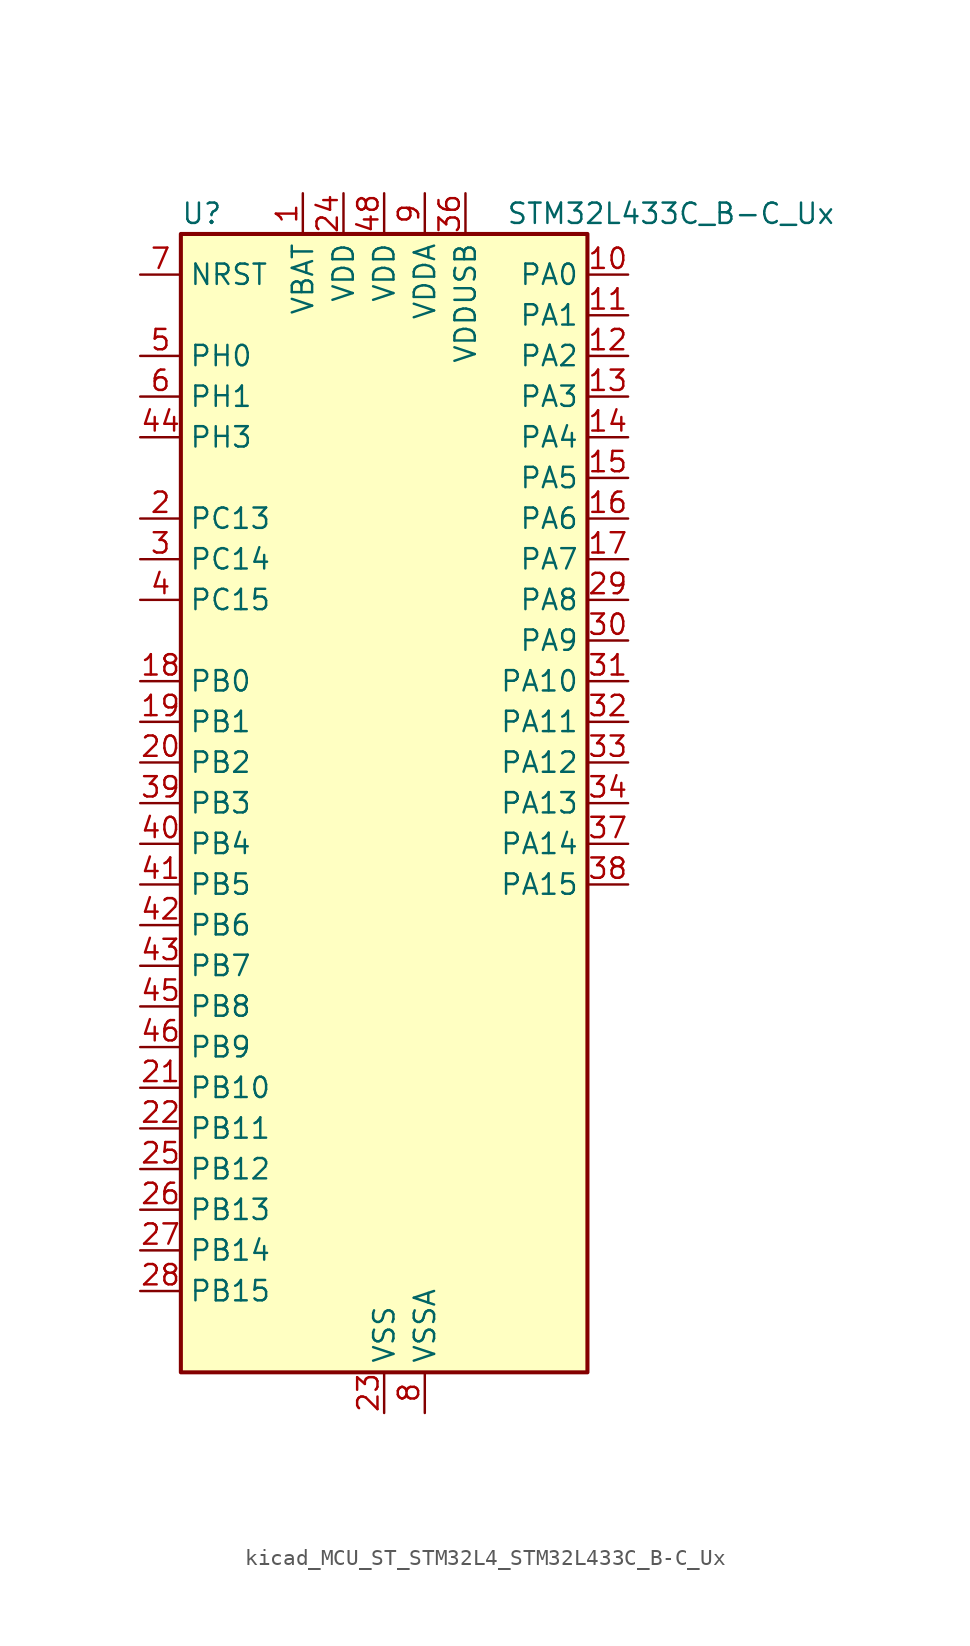
<source format=kicad_sym>
(kicad_symbol_lib
  (version 20220914)
  (generator kicad_symbol_editor)
  (symbol "kicad_MCU_ST_STM32L4_STM32L433C_B-C_Ux"
    (property "Reference" "U"
      (at -12.7 36.83 0)
      (effects (font (size 1.27 1.27)) (justify left)))
    (property "Value" "STM32L433C_B-C_Ux"
      (at 7.62 36.83 0)
      (effects (font (size 1.27 1.27)) (justify left)))
    (property "ki_locked" ""
      (at 0 0 0)
      (effects (font (size 1.27 1.27))))
    (symbol "kicad_MCU_ST_STM32L4_STM32L433C_B-C_Ux_0_1"
      (rectangle (start -12.7 -35.56) (end 12.7 35.56) (stroke (width 0.254) (type default)) (fill (type background))))
    (symbol "kicad_MCU_ST_STM32L4_STM32L433C_B-C_Ux_1_1"
      (pin power_in line (at -5.08 38.1 270) (length 2.54) (name "VBAT" (effects (font (size 1.27 1.27)))) (number "1" (effects (font (size 1.27 1.27)))))
      (pin bidirectional line (at 15.24 33.02 180) (length 2.54) (name "PA0" (effects (font (size 1.27 1.27)))) (number "10" (effects (font (size 1.27 1.27)))) (alternate "ADC1_IN5" bidirectional line) (alternate "COMP1_INM" bidirectional line) (alternate "COMP1_OUT" bidirectional line) (alternate "OPAMP1_VINP" bidirectional line) (alternate "RTC_TAMP2" bidirectional line) (alternate "SAI1_EXTCLK" bidirectional line) (alternate "SYS_WKUP1" bidirectional line) (alternate "TIM2_CH1" bidirectional line) (alternate "TIM2_ETR" bidirectional line) (alternate "USART2_CTS" bidirectional line))
      (pin bidirectional line (at 15.24 30.48 180) (length 2.54) (name "PA1" (effects (font (size 1.27 1.27)))) (number "11" (effects (font (size 1.27 1.27)))) (alternate "ADC1_IN6" bidirectional line) (alternate "COMP1_INP" bidirectional line) (alternate "I2C1_SMBA" bidirectional line) (alternate "LCD_SEG0" bidirectional line) (alternate "OPAMP1_VINM" bidirectional line) (alternate "SPI1_SCK" bidirectional line) (alternate "TIM15_CH1N" bidirectional line) (alternate "TIM2_CH2" bidirectional line) (alternate "USART2_DE" bidirectional line) (alternate "USART2_RTS" bidirectional line))
      (pin bidirectional line (at 15.24 27.94 180) (length 2.54) (name "PA2" (effects (font (size 1.27 1.27)))) (number "12" (effects (font (size 1.27 1.27)))) (alternate "ADC1_IN7" bidirectional line) (alternate "COMP2_INM" bidirectional line) (alternate "COMP2_OUT" bidirectional line) (alternate "LCD_SEG1" bidirectional line) (alternate "LPUART1_TX" bidirectional line) (alternate "QUADSPI_BK1_NCS" bidirectional line) (alternate "RCC_LSCO" bidirectional line) (alternate "SYS_WKUP4" bidirectional line) (alternate "TIM15_CH1" bidirectional line) (alternate "TIM2_CH3" bidirectional line) (alternate "USART2_TX" bidirectional line))
      (pin bidirectional line (at 15.24 25.4 180) (length 2.54) (name "PA3" (effects (font (size 1.27 1.27)))) (number "13" (effects (font (size 1.27 1.27)))) (alternate "ADC1_IN8" bidirectional line) (alternate "COMP2_INP" bidirectional line) (alternate "LCD_SEG2" bidirectional line) (alternate "LPUART1_RX" bidirectional line) (alternate "OPAMP1_VOUT" bidirectional line) (alternate "QUADSPI_CLK" bidirectional line) (alternate "SAI1_MCLK_A" bidirectional line) (alternate "TIM15_CH2" bidirectional line) (alternate "TIM2_CH4" bidirectional line) (alternate "USART2_RX" bidirectional line))
      (pin bidirectional line (at 15.24 22.86 180) (length 2.54) (name "PA4" (effects (font (size 1.27 1.27)))) (number "14" (effects (font (size 1.27 1.27)))) (alternate "ADC1_IN9" bidirectional line) (alternate "COMP1_INM" bidirectional line) (alternate "COMP2_INM" bidirectional line) (alternate "DAC1_OUT1" bidirectional line) (alternate "LPTIM2_OUT" bidirectional line) (alternate "SAI1_FS_B" bidirectional line) (alternate "SPI1_NSS" bidirectional line) (alternate "SPI3_NSS" bidirectional line) (alternate "USART2_CK" bidirectional line))
      (pin bidirectional line (at 15.24 20.32 180) (length 2.54) (name "PA5" (effects (font (size 1.27 1.27)))) (number "15" (effects (font (size 1.27 1.27)))) (alternate "ADC1_IN10" bidirectional line) (alternate "COMP1_INM" bidirectional line) (alternate "COMP2_INM" bidirectional line) (alternate "DAC1_OUT2" bidirectional line) (alternate "LPTIM2_ETR" bidirectional line) (alternate "SPI1_SCK" bidirectional line) (alternate "TIM2_CH1" bidirectional line) (alternate "TIM2_ETR" bidirectional line))
      (pin bidirectional line (at 15.24 17.78 180) (length 2.54) (name "PA6" (effects (font (size 1.27 1.27)))) (number "16" (effects (font (size 1.27 1.27)))) (alternate "ADC1_IN11" bidirectional line) (alternate "COMP1_OUT" bidirectional line) (alternate "LCD_SEG3" bidirectional line) (alternate "LPUART1_CTS" bidirectional line) (alternate "QUADSPI_BK1_IO3" bidirectional line) (alternate "SPI1_MISO" bidirectional line) (alternate "TIM16_CH1" bidirectional line) (alternate "TIM1_BKIN" bidirectional line) (alternate "TIM1_BKIN_COMP2" bidirectional line) (alternate "USART3_CTS" bidirectional line))
      (pin bidirectional line (at 15.24 15.24 180) (length 2.54) (name "PA7" (effects (font (size 1.27 1.27)))) (number "17" (effects (font (size 1.27 1.27)))) (alternate "ADC1_IN12" bidirectional line) (alternate "COMP2_OUT" bidirectional line) (alternate "I2C3_SCL" bidirectional line) (alternate "LCD_SEG4" bidirectional line) (alternate "QUADSPI_BK1_IO2" bidirectional line) (alternate "SPI1_MOSI" bidirectional line) (alternate "TIM1_CH1N" bidirectional line))
      (pin bidirectional line (at -15.24 7.62 0) (length 2.54) (name "PB0" (effects (font (size 1.27 1.27)))) (number "18" (effects (font (size 1.27 1.27)))) (alternate "ADC1_IN15" bidirectional line) (alternate "COMP1_OUT" bidirectional line) (alternate "LCD_SEG5" bidirectional line) (alternate "QUADSPI_BK1_IO1" bidirectional line) (alternate "SAI1_EXTCLK" bidirectional line) (alternate "SPI1_NSS" bidirectional line) (alternate "TIM1_CH2N" bidirectional line) (alternate "USART3_CK" bidirectional line))
      (pin bidirectional line (at -15.24 5.08 0) (length 2.54) (name "PB1" (effects (font (size 1.27 1.27)))) (number "19" (effects (font (size 1.27 1.27)))) (alternate "ADC1_IN16" bidirectional line) (alternate "COMP1_INM" bidirectional line) (alternate "LCD_SEG6" bidirectional line) (alternate "LPTIM2_IN1" bidirectional line) (alternate "LPUART1_DE" bidirectional line) (alternate "LPUART1_RTS" bidirectional line) (alternate "QUADSPI_BK1_IO0" bidirectional line) (alternate "TIM1_CH3N" bidirectional line) (alternate "USART3_DE" bidirectional line) (alternate "USART3_RTS" bidirectional line))
      (pin bidirectional line (at -15.24 17.78 0) (length 2.54) (name "PC13" (effects (font (size 1.27 1.27)))) (number "2" (effects (font (size 1.27 1.27)))) (alternate "RTC_OUT_ALARM" bidirectional line) (alternate "RTC_OUT_CALIB" bidirectional line) (alternate "RTC_TAMP1" bidirectional line) (alternate "RTC_TS" bidirectional line) (alternate "SYS_WKUP2" bidirectional line))
      (pin bidirectional line (at -15.24 2.54 0) (length 2.54) (name "PB2" (effects (font (size 1.27 1.27)))) (number "20" (effects (font (size 1.27 1.27)))) (alternate "COMP1_INP" bidirectional line) (alternate "I2C3_SMBA" bidirectional line) (alternate "LCD_VLCD" bidirectional line) (alternate "LPTIM1_OUT" bidirectional line) (alternate "RTC_OUT_ALARM" bidirectional line) (alternate "RTC_OUT_CALIB" bidirectional line))
      (pin bidirectional line (at -15.24 -17.78 0) (length 2.54) (name "PB10" (effects (font (size 1.27 1.27)))) (number "21" (effects (font (size 1.27 1.27)))) (alternate "COMP1_OUT" bidirectional line) (alternate "I2C2_SCL" bidirectional line) (alternate "LCD_SEG10" bidirectional line) (alternate "LPUART1_RX" bidirectional line) (alternate "QUADSPI_CLK" bidirectional line) (alternate "SAI1_SCK_A" bidirectional line) (alternate "SPI2_SCK" bidirectional line) (alternate "TIM2_CH3" bidirectional line) (alternate "TSC_SYNC" bidirectional line) (alternate "USART3_TX" bidirectional line))
      (pin bidirectional line (at -15.24 -20.32 0) (length 2.54) (name "PB11" (effects (font (size 1.27 1.27)))) (number "22" (effects (font (size 1.27 1.27)))) (alternate "ADC1_EXTI11" bidirectional line) (alternate "COMP2_OUT" bidirectional line) (alternate "I2C2_SDA" bidirectional line) (alternate "LCD_SEG11" bidirectional line) (alternate "LPUART1_TX" bidirectional line) (alternate "QUADSPI_BK1_NCS" bidirectional line) (alternate "TIM2_CH4" bidirectional line) (alternate "USART3_RX" bidirectional line))
      (pin power_in line (at 0 -38.1 90) (length 2.54) (name "VSS" (effects (font (size 1.27 1.27)))) (number "23" (effects (font (size 1.27 1.27)))))
      (pin power_in line (at -2.54 38.1 270) (length 2.54) (name "VDD" (effects (font (size 1.27 1.27)))) (number "24" (effects (font (size 1.27 1.27)))))
      (pin bidirectional line (at -15.24 -22.86 0) (length 2.54) (name "PB12" (effects (font (size 1.27 1.27)))) (number "25" (effects (font (size 1.27 1.27)))) (alternate "I2C2_SMBA" bidirectional line) (alternate "LCD_SEG12" bidirectional line) (alternate "LPUART1_DE" bidirectional line) (alternate "LPUART1_RTS" bidirectional line) (alternate "SAI1_FS_A" bidirectional line) (alternate "SPI2_NSS" bidirectional line) (alternate "SWPMI1_IO" bidirectional line) (alternate "TIM15_BKIN" bidirectional line) (alternate "TIM1_BKIN" bidirectional line) (alternate "TIM1_BKIN_COMP2" bidirectional line) (alternate "TSC_G1_IO1" bidirectional line) (alternate "USART3_CK" bidirectional line))
      (pin bidirectional line (at -15.24 -25.4 0) (length 2.54) (name "PB13" (effects (font (size 1.27 1.27)))) (number "26" (effects (font (size 1.27 1.27)))) (alternate "I2C2_SCL" bidirectional line) (alternate "LCD_SEG13" bidirectional line) (alternate "LPUART1_CTS" bidirectional line) (alternate "SAI1_SCK_A" bidirectional line) (alternate "SPI2_SCK" bidirectional line) (alternate "SWPMI1_TX" bidirectional line) (alternate "TIM15_CH1N" bidirectional line) (alternate "TIM1_CH1N" bidirectional line) (alternate "TSC_G1_IO2" bidirectional line) (alternate "USART3_CTS" bidirectional line))
      (pin bidirectional line (at -15.24 -27.94 0) (length 2.54) (name "PB14" (effects (font (size 1.27 1.27)))) (number "27" (effects (font (size 1.27 1.27)))) (alternate "I2C2_SDA" bidirectional line) (alternate "LCD_SEG14" bidirectional line) (alternate "SAI1_MCLK_A" bidirectional line) (alternate "SPI2_MISO" bidirectional line) (alternate "SWPMI1_RX" bidirectional line) (alternate "TIM15_CH1" bidirectional line) (alternate "TIM1_CH2N" bidirectional line) (alternate "TSC_G1_IO3" bidirectional line) (alternate "USART3_DE" bidirectional line) (alternate "USART3_RTS" bidirectional line))
      (pin bidirectional line (at -15.24 -30.48 0) (length 2.54) (name "PB15" (effects (font (size 1.27 1.27)))) (number "28" (effects (font (size 1.27 1.27)))) (alternate "ADC1_EXTI15" bidirectional line) (alternate "LCD_SEG15" bidirectional line) (alternate "RTC_REFIN" bidirectional line) (alternate "SAI1_SD_A" bidirectional line) (alternate "SPI2_MOSI" bidirectional line) (alternate "SWPMI1_SUSPEND" bidirectional line) (alternate "TIM15_CH2" bidirectional line) (alternate "TIM1_CH3N" bidirectional line) (alternate "TSC_G1_IO4" bidirectional line))
      (pin bidirectional line (at 15.24 12.7 180) (length 2.54) (name "PA8" (effects (font (size 1.27 1.27)))) (number "29" (effects (font (size 1.27 1.27)))) (alternate "LCD_COM0" bidirectional line) (alternate "LPTIM2_OUT" bidirectional line) (alternate "RCC_MCO" bidirectional line) (alternate "SAI1_SCK_A" bidirectional line) (alternate "SWPMI1_IO" bidirectional line) (alternate "TIM1_CH1" bidirectional line) (alternate "USART1_CK" bidirectional line))
      (pin bidirectional line (at -15.24 15.24 0) (length 2.54) (name "PC14" (effects (font (size 1.27 1.27)))) (number "3" (effects (font (size 1.27 1.27)))) (alternate "RCC_OSC32_IN" bidirectional line))
      (pin bidirectional line (at 15.24 10.16 180) (length 2.54) (name "PA9" (effects (font (size 1.27 1.27)))) (number "30" (effects (font (size 1.27 1.27)))) (alternate "DAC1_EXTI9" bidirectional line) (alternate "I2C1_SCL" bidirectional line) (alternate "LCD_COM1" bidirectional line) (alternate "SAI1_FS_A" bidirectional line) (alternate "TIM15_BKIN" bidirectional line) (alternate "TIM1_CH2" bidirectional line) (alternate "USART1_TX" bidirectional line))
      (pin bidirectional line (at 15.24 7.62 180) (length 2.54) (name "PA10" (effects (font (size 1.27 1.27)))) (number "31" (effects (font (size 1.27 1.27)))) (alternate "CRS_SYNC" bidirectional line) (alternate "I2C1_SDA" bidirectional line) (alternate "LCD_COM2" bidirectional line) (alternate "SAI1_SD_A" bidirectional line) (alternate "TIM1_CH3" bidirectional line) (alternate "USART1_RX" bidirectional line))
      (pin bidirectional line (at 15.24 5.08 180) (length 2.54) (name "PA11" (effects (font (size 1.27 1.27)))) (number "32" (effects (font (size 1.27 1.27)))) (alternate "ADC1_EXTI11" bidirectional line) (alternate "CAN1_RX" bidirectional line) (alternate "COMP1_OUT" bidirectional line) (alternate "SPI1_MISO" bidirectional line) (alternate "TIM1_BKIN2" bidirectional line) (alternate "TIM1_BKIN2_COMP1" bidirectional line) (alternate "TIM1_CH4" bidirectional line) (alternate "USART1_CTS" bidirectional line) (alternate "USB_DM" bidirectional line))
      (pin bidirectional line (at 15.24 2.54 180) (length 2.54) (name "PA12" (effects (font (size 1.27 1.27)))) (number "33" (effects (font (size 1.27 1.27)))) (alternate "CAN1_TX" bidirectional line) (alternate "SPI1_MOSI" bidirectional line) (alternate "TIM1_ETR" bidirectional line) (alternate "USART1_DE" bidirectional line) (alternate "USART1_RTS" bidirectional line) (alternate "USB_DP" bidirectional line))
      (pin bidirectional line (at 15.24 0 180) (length 2.54) (name "PA13" (effects (font (size 1.27 1.27)))) (number "34" (effects (font (size 1.27 1.27)))) (alternate "IR_OUT" bidirectional line) (alternate "SAI1_SD_B" bidirectional line) (alternate "SWPMI1_TX" bidirectional line) (alternate "SYS_JTMS-SWDIO" bidirectional line) (alternate "USB_NOE" bidirectional line))
      (pin passive line (at 0 -38.1 90) (length 2.54) hide (name "VSS" (effects (font (size 1.27 1.27)))) (number "35" (effects (font (size 1.27 1.27)))))
      (pin power_in line (at 5.08 38.1 270) (length 2.54) (name "VDDUSB" (effects (font (size 1.27 1.27)))) (number "36" (effects (font (size 1.27 1.27)))))
      (pin bidirectional line (at 15.24 -2.54 180) (length 2.54) (name "PA14" (effects (font (size 1.27 1.27)))) (number "37" (effects (font (size 1.27 1.27)))) (alternate "I2C1_SMBA" bidirectional line) (alternate "LPTIM1_OUT" bidirectional line) (alternate "SAI1_FS_B" bidirectional line) (alternate "SWPMI1_RX" bidirectional line) (alternate "SYS_JTCK-SWCLK" bidirectional line))
      (pin bidirectional line (at 15.24 -5.08 180) (length 2.54) (name "PA15" (effects (font (size 1.27 1.27)))) (number "38" (effects (font (size 1.27 1.27)))) (alternate "ADC1_EXTI15" bidirectional line) (alternate "LCD_SEG17" bidirectional line) (alternate "SPI1_NSS" bidirectional line) (alternate "SPI3_NSS" bidirectional line) (alternate "SWPMI1_SUSPEND" bidirectional line) (alternate "SYS_JTDI" bidirectional line) (alternate "TIM2_CH1" bidirectional line) (alternate "TIM2_ETR" bidirectional line) (alternate "USART2_RX" bidirectional line) (alternate "USART3_DE" bidirectional line) (alternate "USART3_RTS" bidirectional line))
      (pin bidirectional line (at -15.24 0 0) (length 2.54) (name "PB3" (effects (font (size 1.27 1.27)))) (number "39" (effects (font (size 1.27 1.27)))) (alternate "COMP2_INM" bidirectional line) (alternate "LCD_SEG7" bidirectional line) (alternate "SAI1_SCK_B" bidirectional line) (alternate "SPI1_SCK" bidirectional line) (alternate "SPI3_SCK" bidirectional line) (alternate "SYS_JTDO-SWO" bidirectional line) (alternate "TIM2_CH2" bidirectional line) (alternate "USART1_DE" bidirectional line) (alternate "USART1_RTS" bidirectional line))
      (pin bidirectional line (at -15.24 12.7 0) (length 2.54) (name "PC15" (effects (font (size 1.27 1.27)))) (number "4" (effects (font (size 1.27 1.27)))) (alternate "ADC1_EXTI15" bidirectional line) (alternate "RCC_OSC32_OUT" bidirectional line))
      (pin bidirectional line (at -15.24 -2.54 0) (length 2.54) (name "PB4" (effects (font (size 1.27 1.27)))) (number "40" (effects (font (size 1.27 1.27)))) (alternate "COMP2_INP" bidirectional line) (alternate "I2C3_SDA" bidirectional line) (alternate "LCD_SEG8" bidirectional line) (alternate "SAI1_MCLK_B" bidirectional line) (alternate "SPI1_MISO" bidirectional line) (alternate "SPI3_MISO" bidirectional line) (alternate "SYS_JTRST" bidirectional line) (alternate "TSC_G2_IO1" bidirectional line) (alternate "USART1_CTS" bidirectional line))
      (pin bidirectional line (at -15.24 -5.08 0) (length 2.54) (name "PB5" (effects (font (size 1.27 1.27)))) (number "41" (effects (font (size 1.27 1.27)))) (alternate "COMP2_OUT" bidirectional line) (alternate "I2C1_SMBA" bidirectional line) (alternate "LCD_SEG9" bidirectional line) (alternate "LPTIM1_IN1" bidirectional line) (alternate "SAI1_SD_B" bidirectional line) (alternate "SPI1_MOSI" bidirectional line) (alternate "SPI3_MOSI" bidirectional line) (alternate "TIM16_BKIN" bidirectional line) (alternate "TSC_G2_IO2" bidirectional line) (alternate "USART1_CK" bidirectional line))
      (pin bidirectional line (at -15.24 -7.62 0) (length 2.54) (name "PB6" (effects (font (size 1.27 1.27)))) (number "42" (effects (font (size 1.27 1.27)))) (alternate "COMP2_INP" bidirectional line) (alternate "I2C1_SCL" bidirectional line) (alternate "LPTIM1_ETR" bidirectional line) (alternate "SAI1_FS_B" bidirectional line) (alternate "TIM16_CH1N" bidirectional line) (alternate "TSC_G2_IO3" bidirectional line) (alternate "USART1_TX" bidirectional line))
      (pin bidirectional line (at -15.24 -10.16 0) (length 2.54) (name "PB7" (effects (font (size 1.27 1.27)))) (number "43" (effects (font (size 1.27 1.27)))) (alternate "COMP2_INM" bidirectional line) (alternate "I2C1_SDA" bidirectional line) (alternate "LCD_SEG21" bidirectional line) (alternate "LPTIM1_IN2" bidirectional line) (alternate "SYS_PVD_IN" bidirectional line) (alternate "TSC_G2_IO4" bidirectional line) (alternate "USART1_RX" bidirectional line))
      (pin bidirectional line (at -15.24 22.86 0) (length 2.54) (name "PH3" (effects (font (size 1.27 1.27)))) (number "44" (effects (font (size 1.27 1.27)))))
      (pin bidirectional line (at -15.24 -12.7 0) (length 2.54) (name "PB8" (effects (font (size 1.27 1.27)))) (number "45" (effects (font (size 1.27 1.27)))) (alternate "CAN1_RX" bidirectional line) (alternate "I2C1_SCL" bidirectional line) (alternate "LCD_SEG16" bidirectional line) (alternate "SAI1_MCLK_A" bidirectional line) (alternate "TIM16_CH1" bidirectional line))
      (pin bidirectional line (at -15.24 -15.24 0) (length 2.54) (name "PB9" (effects (font (size 1.27 1.27)))) (number "46" (effects (font (size 1.27 1.27)))) (alternate "CAN1_TX" bidirectional line) (alternate "DAC1_EXTI9" bidirectional line) (alternate "I2C1_SDA" bidirectional line) (alternate "IR_OUT" bidirectional line) (alternate "LCD_COM3" bidirectional line) (alternate "SAI1_FS_A" bidirectional line) (alternate "SPI2_NSS" bidirectional line))
      (pin passive line (at 0 -38.1 90) (length 2.54) hide (name "VSS" (effects (font (size 1.27 1.27)))) (number "47" (effects (font (size 1.27 1.27)))))
      (pin power_in line (at 0 38.1 270) (length 2.54) (name "VDD" (effects (font (size 1.27 1.27)))) (number "48" (effects (font (size 1.27 1.27)))))
      (pin passive line (at 0 -38.1 90) (length 2.54) hide (name "VSS" (effects (font (size 1.27 1.27)))) (number "49" (effects (font (size 1.27 1.27)))))
      (pin bidirectional line (at -15.24 27.94 0) (length 2.54) (name "PH0" (effects (font (size 1.27 1.27)))) (number "5" (effects (font (size 1.27 1.27)))) (alternate "RCC_OSC_IN" bidirectional line))
      (pin bidirectional line (at -15.24 25.4 0) (length 2.54) (name "PH1" (effects (font (size 1.27 1.27)))) (number "6" (effects (font (size 1.27 1.27)))) (alternate "RCC_OSC_OUT" bidirectional line))
      (pin input line (at -15.24 33.02 0) (length 2.54) (name "NRST" (effects (font (size 1.27 1.27)))) (number "7" (effects (font (size 1.27 1.27)))))
      (pin power_in line (at 2.54 -38.1 90) (length 2.54) (name "VSSA" (effects (font (size 1.27 1.27)))) (number "8" (effects (font (size 1.27 1.27)))))
      (pin power_in line (at 2.54 38.1 270) (length 2.54) (name "VDDA" (effects (font (size 1.27 1.27)))) (number "9" (effects (font (size 1.27 1.27))))))))
</source>
